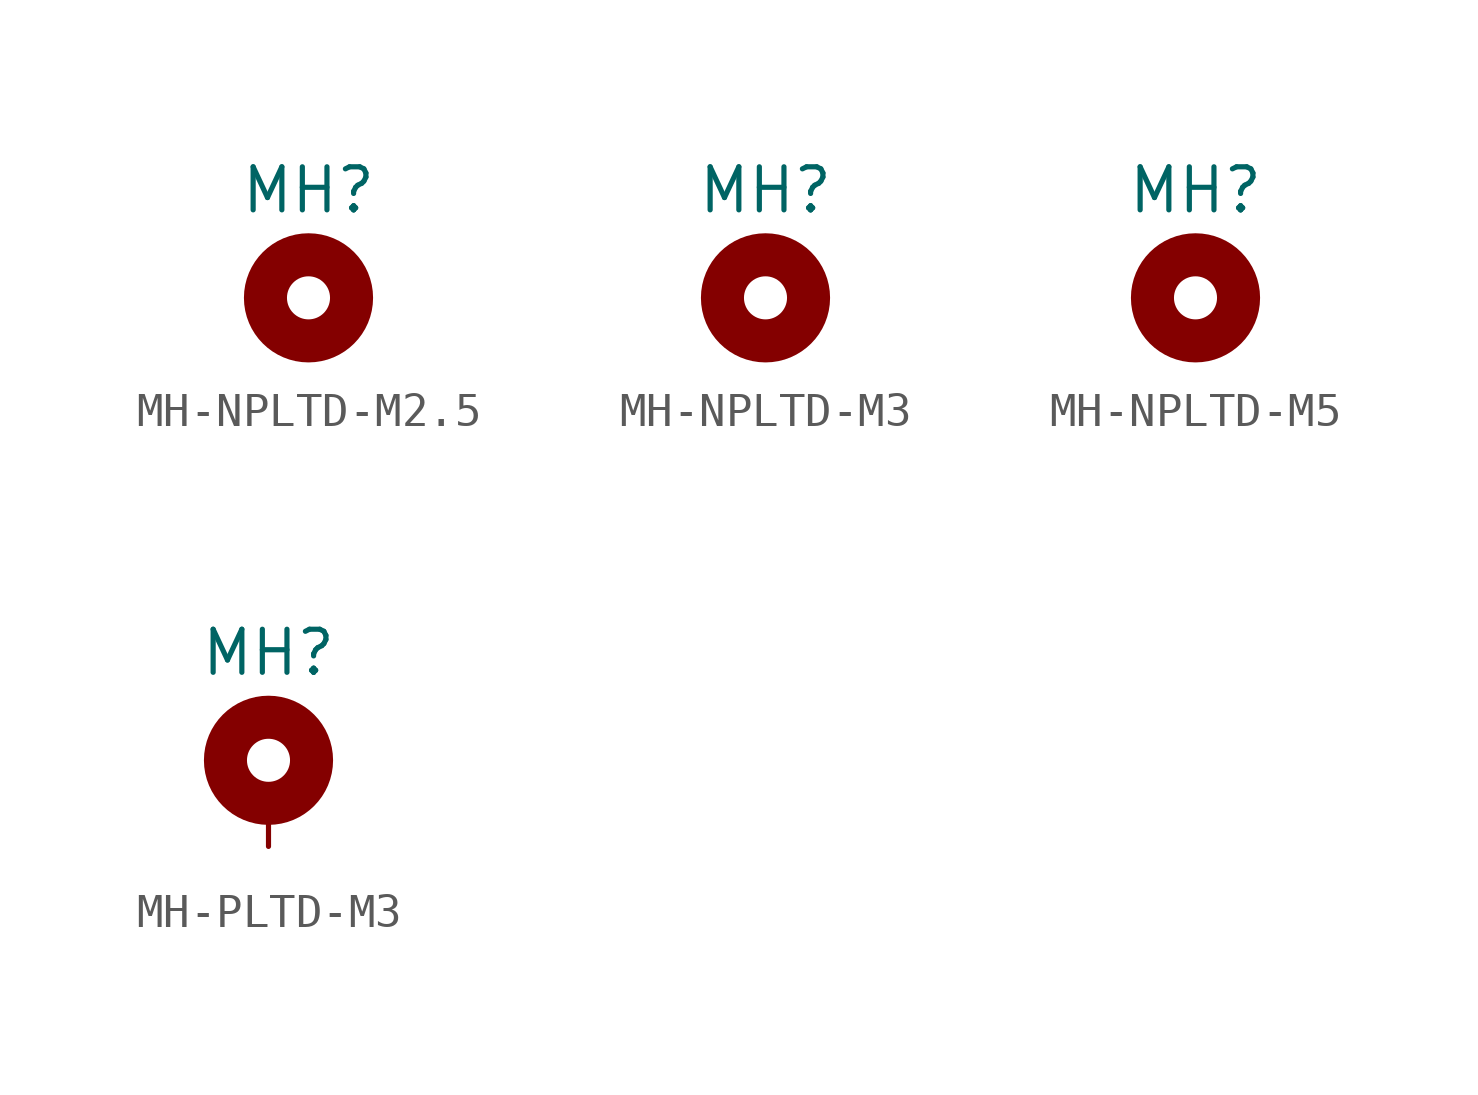
<source format=kicad_sym>
(kicad_symbol_lib
  (version 20211014)
  (generator kicad_symbol_editor)
  (symbol "MH-NPLTD-M2.5"
    (pin_names
      (offset 1.016))
    (property "Reference" "MH"
      (at 0 3.175 0)
      (effects (font (size 1.27 1.27))))
    (symbol "MH-NPLTD-M2.5_1_1"
      (circle (center 0 0) (radius 1.27) (stroke (width 1.27) (type default) (color 0 0 0 0)) (fill (type none)))))
  (symbol "MH-NPLTD-M3"
    (pin_names
      (offset 1.016))
    (property "Reference" "MH"
      (at 0 3.175 0)
      (effects (font (size 1.27 1.27))))
    (symbol "MH-NPLTD-M3_1_1"
      (circle (center 0 0) (radius 1.27) (stroke (width 1.27) (type default) (color 0 0 0 0)) (fill (type none)))))
  (symbol "MH-NPLTD-M5"
    (pin_names
      (offset 1.016))
    (property "Reference" "MH"
      (at 0 3.175 0)
      (effects (font (size 1.27 1.27))))
    (symbol "MH-NPLTD-M5_1_1"
      (circle (center 0 0) (radius 1.27) (stroke (width 1.27) (type default) (color 0 0 0 0)) (fill (type none)))))
  (symbol "MH-PLTD-M3"
    (pin_numbers hide)
    (pin_names
      (offset 1.016) hide)
    (property "Reference" "MH"
      (at 0 3.175 0)
      (effects (font (size 1.27 1.27))))
    (symbol "MH-PLTD-M3_1_1"
      (circle (center 0 0) (radius 1.27) (stroke (width 1.27) (type default) (color 0 0 0 0)) (fill (type none)))
      (pin passive line (at 0 -2.54 90) (length 1.27) (name "1" (effects (font (size 1.27 1.27)))) (number "1" (effects (font (size 1.27 1.27))))))))
</source>
